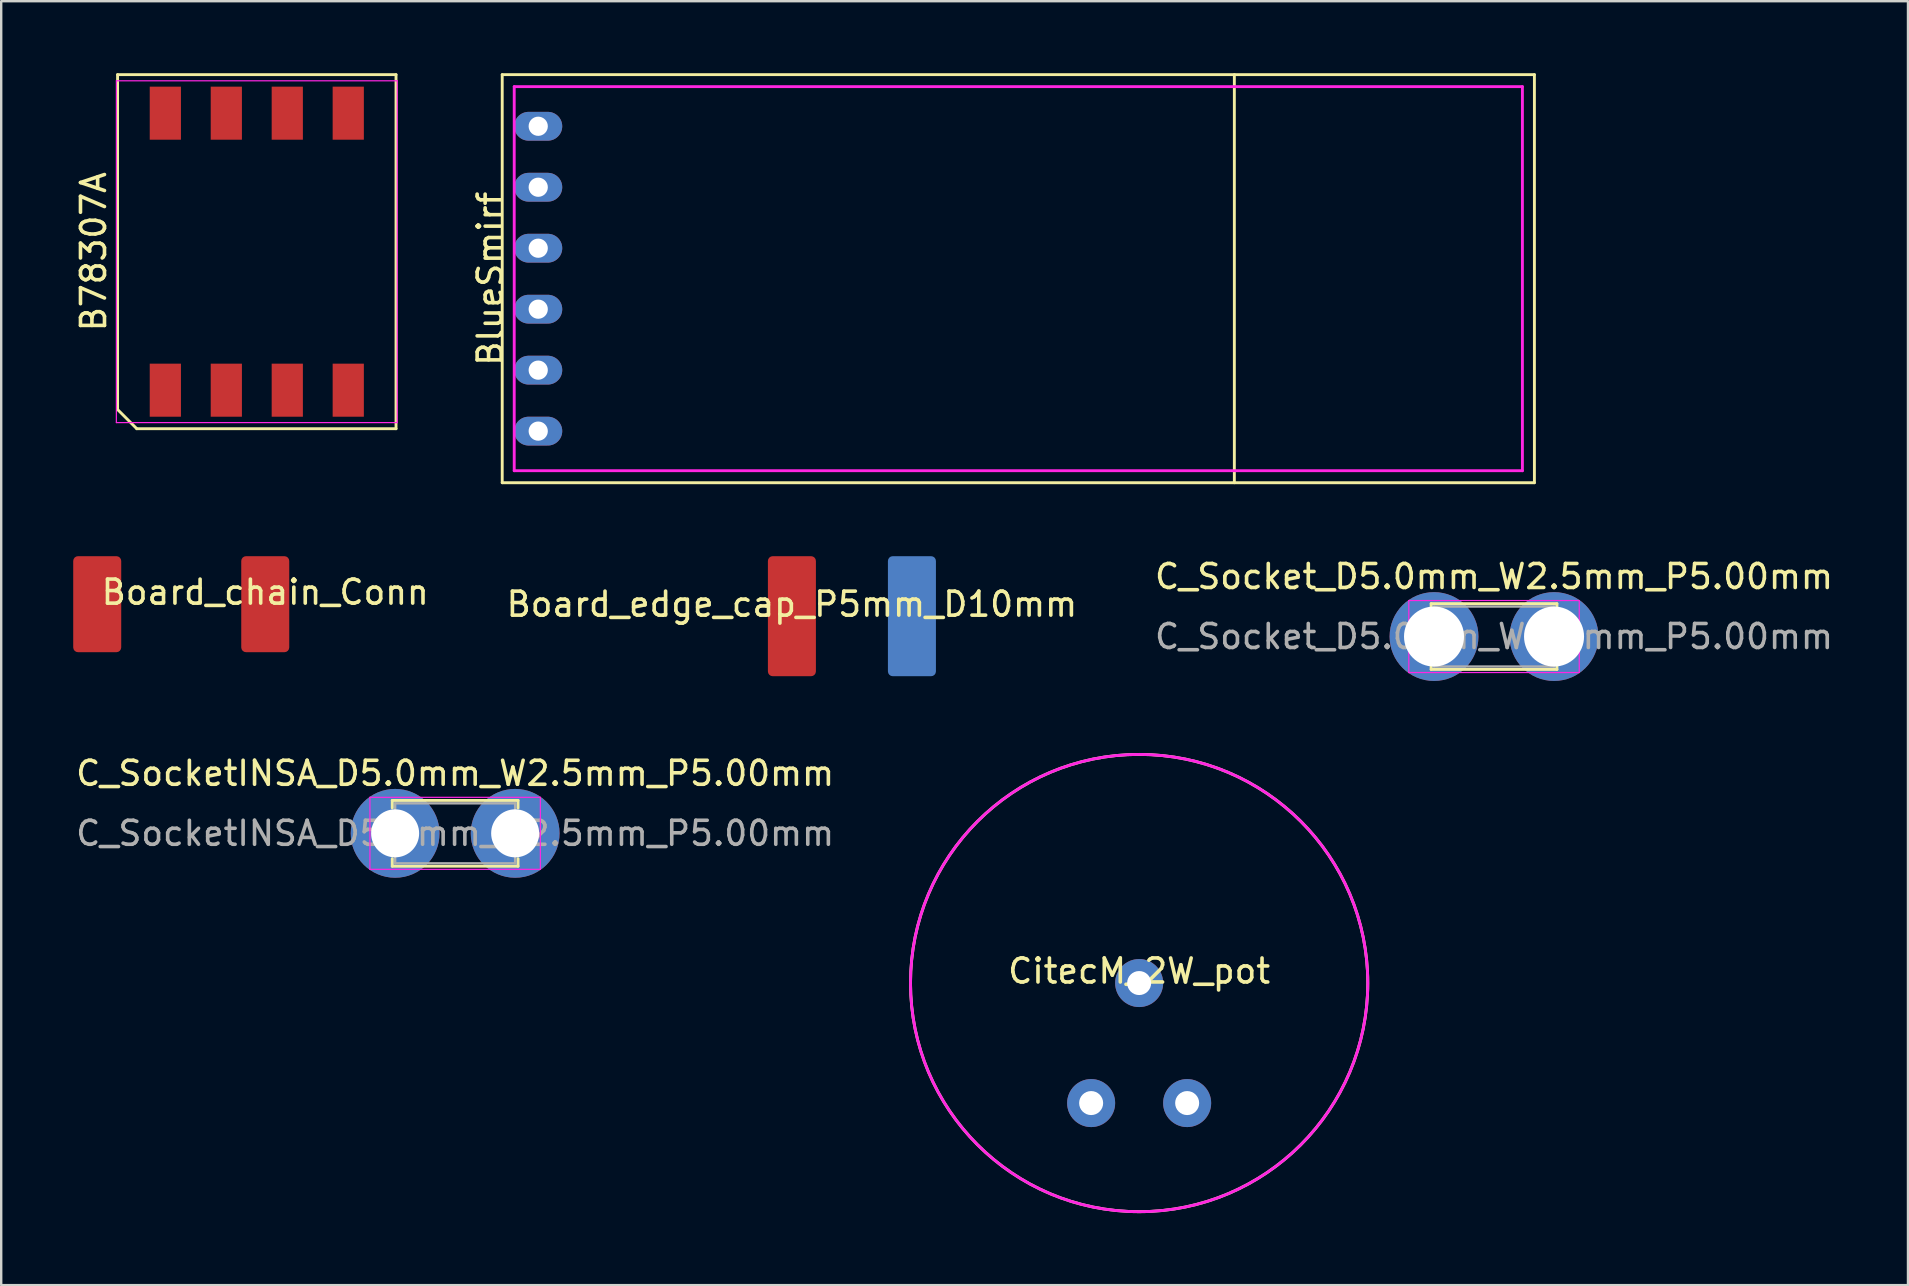
<source format=kicad_pcb>
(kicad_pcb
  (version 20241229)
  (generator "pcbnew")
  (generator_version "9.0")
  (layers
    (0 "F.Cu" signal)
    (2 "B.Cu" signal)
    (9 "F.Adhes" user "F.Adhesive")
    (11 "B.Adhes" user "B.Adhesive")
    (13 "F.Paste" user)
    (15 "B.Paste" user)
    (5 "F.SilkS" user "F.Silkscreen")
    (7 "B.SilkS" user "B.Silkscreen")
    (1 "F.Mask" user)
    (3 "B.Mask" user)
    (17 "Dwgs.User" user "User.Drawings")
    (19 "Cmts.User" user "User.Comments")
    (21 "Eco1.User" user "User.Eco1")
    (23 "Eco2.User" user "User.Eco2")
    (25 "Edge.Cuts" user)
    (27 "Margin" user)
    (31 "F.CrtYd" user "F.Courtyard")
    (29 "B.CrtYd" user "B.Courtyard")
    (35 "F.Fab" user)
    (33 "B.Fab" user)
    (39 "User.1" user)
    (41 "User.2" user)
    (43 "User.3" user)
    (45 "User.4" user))
  (footprint "C_Socket_D5.0mm_W2.5mm_P5.00mm"
    (layer "F.Cu")
    (at 56.69 23.468)
    (property "Reference" "C_Socket_D5.0mm_W2.5mm_P5.00mm" (at 2.5 -2.5 0) (layer "F.SilkS") (effects (font (size 1 1) (thickness 0.15))))
    (attr through_hole)
    (fp_line (start -0.12 -1.37) (end -0.12 -1.055) (stroke (width 0.12) (type solid)) (layer "F.SilkS"))
    (fp_line (start -0.12 -1.37) (end 5.12 -1.37) (stroke (width 0.12) (type solid)) (layer "F.SilkS"))
    (fp_line (start -0.12 1.055) (end -0.12 1.37) (stroke (width 0.12) (type solid)) (layer "F.SilkS"))
    (fp_line (start -0.12 1.37) (end 5.12 1.37) (stroke (width 0.12) (type solid)) (layer "F.SilkS"))
    (fp_line (start 5.12 -1.37) (end 5.12 -1.055) (stroke (width 0.12) (type solid)) (layer "F.SilkS"))
    (fp_line (start 5.12 1.055) (end 5.12 1.37) (stroke (width 0.12) (type solid)) (layer "F.SilkS"))
    (fp_line (start -1.05 -1.5) (end -1.05 1.5) (stroke (width 0.05) (type solid)) (layer "F.CrtYd"))
    (fp_line (start -1.05 1.5) (end 6.05 1.5) (stroke (width 0.05) (type solid)) (layer "F.CrtYd"))
    (fp_line (start 6.05 -1.5) (end -1.05 -1.5) (stroke (width 0.05) (type solid)) (layer "F.CrtYd"))
    (fp_line (start 6.05 1.5) (end 6.05 -1.5) (stroke (width 0.05) (type solid)) (layer "F.CrtYd"))
    (fp_line (start 0 -1.25) (end 0 1.25) (stroke (width 0.1) (type solid)) (layer "F.Fab"))
    (fp_line (start 0 1.25) (end 5 1.25) (stroke (width 0.1) (type solid)) (layer "F.Fab"))
    (fp_line (start 5 -1.25) (end 0 -1.25) (stroke (width 0.1) (type solid)) (layer "F.Fab"))
    (fp_line (start 5 1.25) (end 5 -1.25) (stroke (width 0.1) (type solid)) (layer "F.Fab"))
    (fp_text user "${REFERENCE}" (at 2.5 0 0) (layer "F.Fab") (effects (font (size 1 1) (thickness 0.15))))
    (pad "1" thru_hole circle (at 0 0) (size 3.7 3.7) (drill 2.5) (layers "*.Cu" "*.Mask"))
    (pad "2" thru_hole circle (at 5 0) (size 3.7 3.7) (drill 2.5) (layers "*.Cu" "*.Mask")))
  (footprint "Board_edge_cap_P5mm_D10mm"
    (layer "F.Cu")
    (at 29.94 22.62)
    (property "Reference" "Board_edge_cap_P5mm_D10mm" (at 0 -0.5 0) (unlocked yes) (layer "F.SilkS") (effects (font (size 1 1) (thickness 0.15))))
    (attr through_hole)
    (pad "1" smd roundrect (at 0 0) (size 2 5) (layers "F.Cu" "F.Mask" "F.Paste") (roundrect_rratio 0.1))
    (pad "2" smd roundrect (at 5 0) (size 2 5) (layers "B.Cu" "B.Mask" "B.Paste") (roundrect_rratio 0.1)))
  (footprint "C_SocketINSA_D5.0mm_W2.5mm_P5.00mm"
    (layer "F.Cu")
    (at 13.411 31.666)
    (property "Reference" "C_SocketINSA_D5.0mm_W2.5mm_P5.00mm" (at 2.5 -2.5 0) (layer "F.SilkS") (effects (font (size 1 1) (thickness 0.15))))
    (attr through_hole)
    (fp_line (start -0.12 -1.37) (end -0.12 -1.055) (stroke (width 0.12) (type solid)) (layer "F.SilkS"))
    (fp_line (start -0.12 -1.37) (end 5.12 -1.37) (stroke (width 0.12) (type solid)) (layer "F.SilkS"))
    (fp_line (start -0.12 1.055) (end -0.12 1.37) (stroke (width 0.12) (type solid)) (layer "F.SilkS"))
    (fp_line (start -0.12 1.37) (end 5.12 1.37) (stroke (width 0.12) (type solid)) (layer "F.SilkS"))
    (fp_line (start 5.12 -1.37) (end 5.12 -1.055) (stroke (width 0.12) (type solid)) (layer "F.SilkS"))
    (fp_line (start 5.12 1.055) (end 5.12 1.37) (stroke (width 0.12) (type solid)) (layer "F.SilkS"))
    (fp_line (start -1.05 -1.5) (end -1.05 1.5) (stroke (width 0.05) (type solid)) (layer "F.CrtYd"))
    (fp_line (start -1.05 1.5) (end 6.05 1.5) (stroke (width 0.05) (type solid)) (layer "F.CrtYd"))
    (fp_line (start 6.05 -1.5) (end -1.05 -1.5) (stroke (width 0.05) (type solid)) (layer "F.CrtYd"))
    (fp_line (start 6.05 1.5) (end 6.05 -1.5) (stroke (width 0.05) (type solid)) (layer "F.CrtYd"))
    (fp_line (start 0 -1.25) (end 0 1.25) (stroke (width 0.1) (type solid)) (layer "F.Fab"))
    (fp_line (start 0 1.25) (end 5 1.25) (stroke (width 0.1) (type solid)) (layer "F.Fab"))
    (fp_line (start 5 -1.25) (end 0 -1.25) (stroke (width 0.1) (type solid)) (layer "F.Fab"))
    (fp_line (start 5 1.25) (end 5 -1.25) (stroke (width 0.1) (type solid)) (layer "F.Fab"))
    (fp_text user "${REFERENCE}" (at 2.5 0 0) (layer "F.Fab") (effects (font (size 1 1) (thickness 0.15))))
    (pad "1" thru_hole circle (at 0 0) (size 3.7 3.7) (drill 2) (layers "*.Cu" "*.Mask"))
    (pad "2" thru_hole circle (at 5 0) (size 3.7 3.7) (drill 2) (layers "*.Cu" "*.Mask")))
  (footprint "Board_chain_Conn"
    (layer "F.Cu")
    (at 8 22.12)
    (property "Reference" "Board_chain_Conn" (at 0 -0.5 0) (unlocked yes) (layer "F.SilkS") (effects (font (size 1 1) (thickness 0.15))))
    (attr through_hole)
    (pad "1" smd roundrect (at 0 0) (size 2 4) (layers "F.Cu" "F.Mask" "F.Paste") (roundrect_rratio 0.1))
    (pad "2" smd roundrect (at -7 0) (size 2 4) (layers "F.Cu" "F.Mask" "F.Paste") (roundrect_rratio 0.1)))
  (footprint "B78307A"
    (layer "F.Cu")
    (at 7.648 7.435)
    (property "Reference" "B78307A" (at -6.8 0 90) (layer "F.SilkS") (effects (font (size 1 1) (thickness 0.15))))
    (attr smd)
    (fp_line (start -5.8 -7.375) (end 5.8 -7.375) (stroke (width 0.12) (type default)) (layer "F.SilkS"))
    (fp_line (start -5.8 6.575) (end -5.8 -7.375) (stroke (width 0.12) (type default)) (layer "F.SilkS"))
    (fp_line (start -5 7.375) (end -5.8 6.575) (stroke (width 0.12) (type default)) (layer "F.SilkS"))
    (fp_line (start 5.8 -7.375) (end 5.8 7.375) (stroke (width 0.12) (type default)) (layer "F.SilkS"))
    (fp_line (start 5.8 7.375) (end -5 7.375) (stroke (width 0.12) (type default)) (layer "F.SilkS"))
    (fp_line (start -5.85 -7.12) (end 5.85 -7.12) (stroke (width 0.05) (type default)) (layer "F.CrtYd"))
    (fp_line (start -5.85 7.12) (end -5.85 -7.12) (stroke (width 0.05) (type default)) (layer "F.CrtYd"))
    (fp_line (start 5.85 -7.12) (end 5.85 7.12) (stroke (width 0.05) (type default)) (layer "F.CrtYd"))
    (fp_line (start 5.85 7.12) (end -5.85 7.12) (stroke (width 0.05) (type default)) (layer "F.CrtYd"))
    (pad "1" smd rect (at -3.81 5.77) (size 1.3 2.21) (layers "F.Cu" "F.Mask" "F.Paste"))
    (pad "2" smd rect (at -1.27 5.77) (size 1.3 2.21) (layers "F.Cu" "F.Mask" "F.Paste"))
    (pad "3" smd rect (at 1.27 5.77) (size 1.3 2.21) (layers "F.Cu" "F.Mask" "F.Paste"))
    (pad "4" smd rect (at 3.81 5.77) (size 1.3 2.21) (layers "F.Cu" "F.Mask" "F.Paste"))
    (pad "5" smd rect (at 3.81 -5.77) (size 1.3 2.21) (layers "F.Cu" "F.Mask" "F.Paste"))
    (pad "6" smd rect (at 1.27 -5.77) (size 1.3 2.21) (layers "F.Cu" "F.Mask" "F.Paste"))
    (pad "7" smd rect (at -1.27 -5.77) (size 1.3 2.21) (layers "F.Cu" "F.Mask" "F.Paste"))
    (pad "8" smd rect (at -3.81 -5.77) (size 1.3 2.21) (layers "F.Cu" "F.Mask" "F.Paste")))
  (footprint "BlueSmirf"
    (layer "F.Cu")
    (at 19.372 8.56)
    (property "Reference" "BlueSmirf" (at -2 0 270) (layer "F.SilkS") (effects (font (size 1 1) (thickness 0.15))))
    (fp_line (start -1.5 -8.5) (end 41.5 -8.5) (stroke (width 0.12) (type default)) (layer "F.SilkS"))
    (fp_line (start -1.5 8.5) (end -1.5 -8.5) (stroke (width 0.12) (type default)) (layer "F.SilkS"))
    (fp_line (start 29 8.5) (end 29 -8.5) (stroke (width 0.12) (type default)) (layer "F.SilkS"))
    (fp_line (start 41.5 -8.5) (end 41.5 8.5) (stroke (width 0.12) (type default)) (layer "F.SilkS"))
    (fp_line (start 41.5 8.5) (end -1.5 8.5) (stroke (width 0.12) (type default)) (layer "F.SilkS"))
    (fp_line (start -1 -8) (end -1 8) (stroke (width 0.12) (type default)) (layer "F.CrtYd"))
    (fp_line (start -1 8) (end 41 8) (stroke (width 0.12) (type default)) (layer "F.CrtYd"))
    (fp_line (start 41 -8) (end -1 -8) (stroke (width 0.12) (type default)) (layer "F.CrtYd"))
    (fp_line (start 41 8) (end 41 -8) (stroke (width 0.12) (type default)) (layer "F.CrtYd"))
    (pad "1" thru_hole oval (at 0 -6.35 270) (size 1.2 2) (drill 0.8) (layers "*.Cu" "*.Mask"))
    (pad "2" thru_hole oval (at 0 -3.81 270) (size 1.2 2) (drill 0.8) (layers "*.Cu" "*.Mask"))
    (pad "3" thru_hole oval (at 0 -1.27 270) (size 1.2 2) (drill 0.8) (layers "*.Cu" "*.Mask"))
    (pad "4" thru_hole oval (at 0 1.27 270) (size 1.2 2) (drill 0.8) (layers "*.Cu" "*.Mask"))
    (pad "5" thru_hole oval (at 0 3.81 270) (size 1.2 2) (drill 0.8) (layers "*.Cu" "*.Mask"))
    (pad "6" thru_hole oval (at 0 6.35 270) (size 1.2 2) (drill 0.8) (layers "*.Cu" "*.Mask")))
  (footprint "CitecM_2W_pot"
    (layer "F.Cu")
    (at 44.406 37.903)
    (property "Reference" "CitecM_2W_pot" (at 0 -0.5 0) (unlocked yes) (layer "F.SilkS") (effects (font (size 1 1) (thickness 0.15))))
    (attr through_hole)
    (fp_circle (center 0 0) (end 9.525 0) (stroke (width 0.12) (type solid)) (fill no) (layer "F.SilkS"))
    (fp_circle (center 0 0) (end 9.525 0) (stroke (width 0.12) (type solid)) (fill no) (layer "F.CrtYd"))
    (pad "1" thru_hole circle (at -2 5) (size 2 2) (drill 1) (layers "*.Cu" "*.Mask"))
    (pad "2" thru_hole circle (at 0 0) (size 2 2) (drill 1) (layers "*.Cu" "*.Mask"))
    (pad "3" thru_hole circle (at 2 5) (size 2 2) (drill 1) (layers "*.Cu" "*.Mask")))
  (gr_rect
    (start -3 -3)
    (end 76.435 50.488)
    (stroke (width 0.1) (type default))
    (fill no)
    (layer "Edge.Cuts")))
</source>
